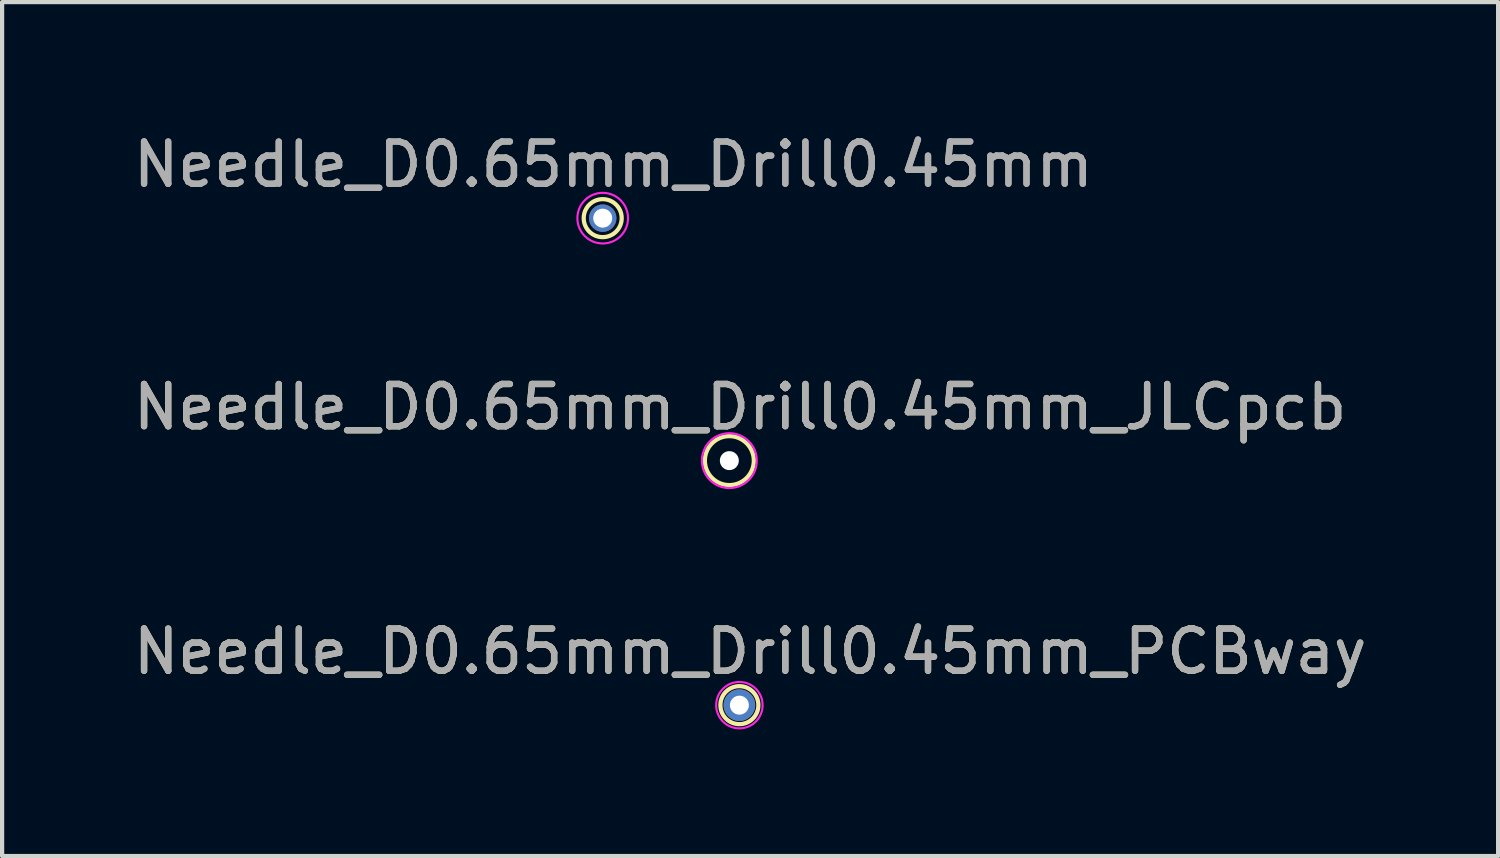
<source format=kicad_pcb>
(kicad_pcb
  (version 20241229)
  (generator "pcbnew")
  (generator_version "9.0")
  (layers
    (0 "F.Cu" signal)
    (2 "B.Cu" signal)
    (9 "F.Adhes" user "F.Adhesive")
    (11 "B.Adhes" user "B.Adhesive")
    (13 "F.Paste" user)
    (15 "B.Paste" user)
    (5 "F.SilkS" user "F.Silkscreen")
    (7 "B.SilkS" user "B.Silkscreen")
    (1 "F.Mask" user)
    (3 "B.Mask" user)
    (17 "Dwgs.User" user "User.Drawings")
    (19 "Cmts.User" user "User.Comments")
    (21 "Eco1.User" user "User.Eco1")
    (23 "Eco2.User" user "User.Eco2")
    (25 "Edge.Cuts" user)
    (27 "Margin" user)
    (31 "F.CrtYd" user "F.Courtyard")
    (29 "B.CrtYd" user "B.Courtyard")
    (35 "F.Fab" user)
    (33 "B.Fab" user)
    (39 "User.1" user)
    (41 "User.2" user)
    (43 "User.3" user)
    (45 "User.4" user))
  (footprint "Needle_D0.65mm_Drill0.45mm_PCBway"
    (layer "F.Cu")
    (at 14.466 13.655)
    (property "Reference" "Needle_D0.65mm_Drill0.45mm_PCBway" (at 0.254 -1.27 0) (layer "F.SilkS") (effects (font (size 1 1) (thickness 0.15))))
    (attr through_hole exclude_from_pos_files)
    (fp_circle (center 0 0) (end 0.45 0) (stroke (width 0.1) (type solid)) (fill no) (layer "F.SilkS"))
    (fp_circle (center 0 0) (end 0.55 0) (stroke (width 0.05) (type solid)) (fill no) (layer "F.CrtYd"))
    (fp_text user "${REFERENCE}" (at 0.254 -1.27 0) (layer "F.Fab") (effects (font (size 1 1) (thickness 0.15))))
    (pad "1" thru_hole circle (at 0 0) (size 0.75 0.75) (drill 0.45) (layers "*.Cu" "*.Mask")))
  (footprint "Needle_D0.65mm_Drill0.45mm"
    (layer "F.Cu")
    (at 11.228 2.118)
    (property "Reference" "Needle_D0.65mm_Drill0.45mm" (at 0.254 -1.27 0) (layer "F.Fab") (effects (font (size 1 1) (thickness 0.15))))
    (attr through_hole exclude_from_pos_files)
    (fp_circle (center 0 0) (end 0.45 0) (stroke (width 0.1) (type solid)) (fill no) (layer "F.SilkS"))
    (fp_circle (center 0 0) (end 0.6 0) (stroke (width 0.05) (type solid)) (fill no) (layer "F.CrtYd"))
    (fp_text user "${REFERENCE}" (at 0.254 -1.27 0) (layer "F.Fab") (effects (font (size 1 1) (thickness 0.15))))
    (pad "1" thru_hole circle (at 0 0) (size 0.65 0.65) (drill 0.45) (layers "*.Cu" "*.Mask")))
  (footprint "Needle_D0.65mm_Drill0.45mm_JLCpcb"
    (layer "F.Cu")
    (at 14.228 7.862)
    (property "Reference" "Needle_D0.65mm_Drill0.45mm_JLCpcb" (at 0.254 -1.27 0) (layer "F.SilkS") (effects (font (size 1 1) (thickness 0.15))))
    (attr through_hole exclude_from_pos_files)
    (fp_circle (center 0 0) (end 0.58 0) (stroke (width 0.1) (type solid)) (fill no) (layer "F.SilkS"))
    (fp_circle (center 0 0) (end 0.65 0) (stroke (width 0.05) (type solid)) (fill no) (layer "F.CrtYd"))
    (fp_text user "${REFERENCE}" (at 0.254 -1.27 0) (layer "F.Fab") (effects (font (size 1 1) (thickness 0.15))))
    (pad "1" thru_hole circle (at 0 0) (size 0.95 0.95) (drill 0.45) (layers "*.Cu" "*.Mask") (remove_unused_layers yes) (zone_layer_connections)))
  (gr_rect
    (start -3 -3)
    (end 32.44 17.23)
    (stroke (width 0.1) (type default))
    (fill no)
    (layer "Edge.Cuts")))
</source>
